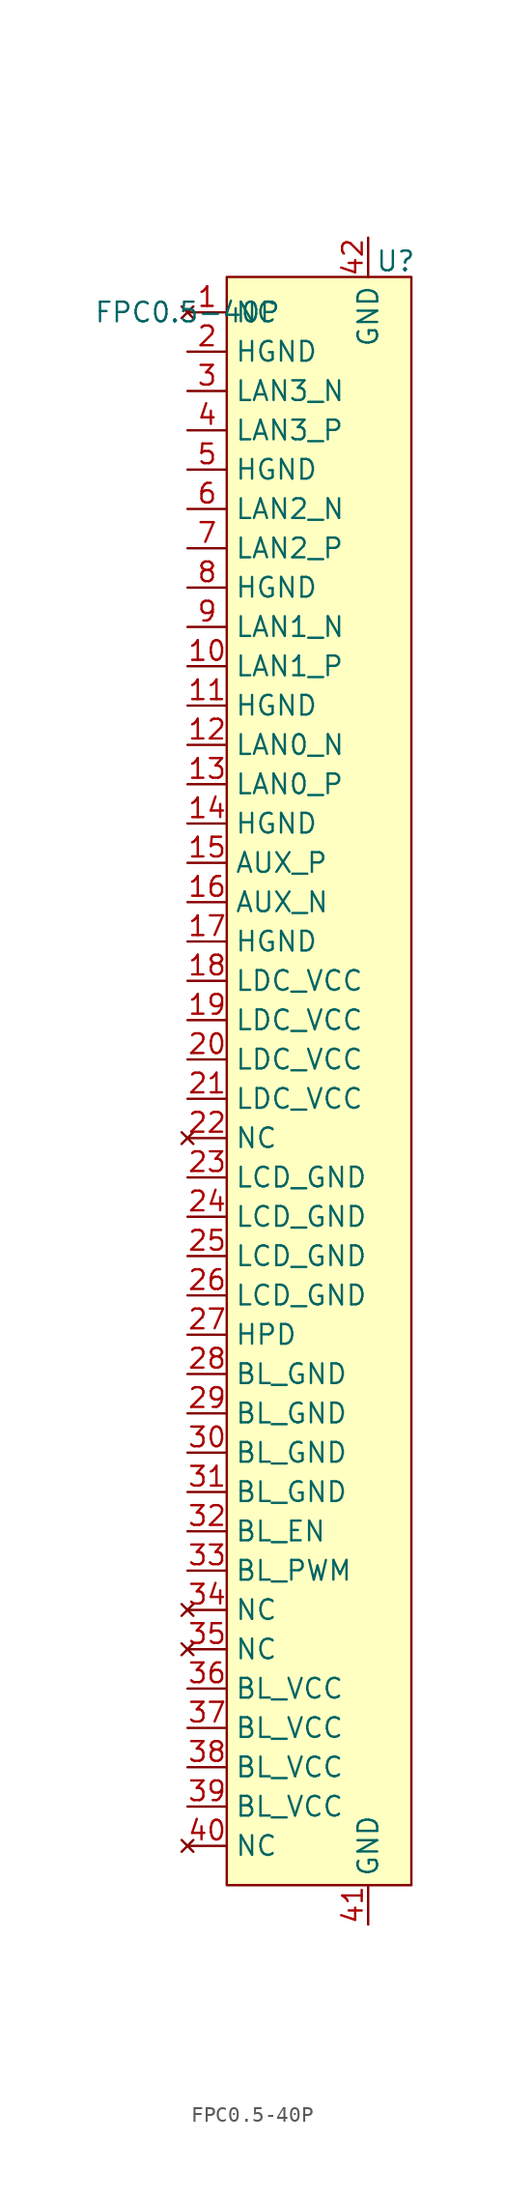
<source format=kicad_sym>
(kicad_symbol_lib
  (version 20220914)
  (generator kicad_symbol_editor)
  (symbol "FPC0.5-40P"
    (property "Reference" "U"
      (at 13.462 3.302 0)
      (effects (font (size 1.27 1.27))))
    (property "Value" "FPC0.5-40P"
      (at 0 0 0)
      (effects (font (size 1.27 1.27))))
    (symbol "FPC0.5-40P_0_0"
      (pin no_connect line (at 0 0 0) (length 2.54) (name "NC" (effects (font (size 1.27 1.27)))) (number "1" (effects (font (size 1.27 1.27)))))
      (pin bidirectional line (at 0 -22.86 0) (length 2.54) (name "LAN1_P" (effects (font (size 1.27 1.27)))) (number "10" (effects (font (size 1.27 1.27)))))
      (pin power_out line (at 0 -25.4 0) (length 2.54) (name "HGND" (effects (font (size 1.27 1.27)))) (number "11" (effects (font (size 1.27 1.27)))))
      (pin bidirectional line (at 0 -27.94 0) (length 2.54) (name "LAN0_N" (effects (font (size 1.27 1.27)))) (number "12" (effects (font (size 1.27 1.27)))))
      (pin bidirectional line (at 0 -30.48 0) (length 2.54) (name "LAN0_P" (effects (font (size 1.27 1.27)))) (number "13" (effects (font (size 1.27 1.27)))))
      (pin power_out line (at 0 -33.02 0) (length 2.54) (name "HGND" (effects (font (size 1.27 1.27)))) (number "14" (effects (font (size 1.27 1.27)))))
      (pin bidirectional line (at 0 -35.56 0) (length 2.54) (name "AUX_P" (effects (font (size 1.27 1.27)))) (number "15" (effects (font (size 1.27 1.27)))))
      (pin bidirectional line (at 0 -38.1 0) (length 2.54) (name "AUX_N" (effects (font (size 1.27 1.27)))) (number "16" (effects (font (size 1.27 1.27)))))
      (pin power_out line (at 0 -40.64 0) (length 2.54) (name "HGND" (effects (font (size 1.27 1.27)))) (number "17" (effects (font (size 1.27 1.27)))))
      (pin power_in line (at 0 -43.18 0) (length 2.54) (name "LDC_VCC" (effects (font (size 1.27 1.27)))) (number "18" (effects (font (size 1.27 1.27)))))
      (pin power_in line (at 0 -45.72 0) (length 2.54) (name "LDC_VCC" (effects (font (size 1.27 1.27)))) (number "19" (effects (font (size 1.27 1.27)))))
      (pin power_out line (at 0 -2.54 0) (length 2.54) (name "HGND" (effects (font (size 1.27 1.27)))) (number "2" (effects (font (size 1.27 1.27)))))
      (pin power_in line (at 0 -48.26 0) (length 2.54) (name "LDC_VCC" (effects (font (size 1.27 1.27)))) (number "20" (effects (font (size 1.27 1.27)))))
      (pin power_in line (at 0 -50.8 0) (length 2.54) (name "LDC_VCC" (effects (font (size 1.27 1.27)))) (number "21" (effects (font (size 1.27 1.27)))))
      (pin no_connect line (at 0 -53.34 0) (length 2.54) (name "NC" (effects (font (size 1.27 1.27)))) (number "22" (effects (font (size 1.27 1.27)))))
      (pin power_in line (at 0 -55.88 0) (length 2.54) (name "LCD_GND" (effects (font (size 1.27 1.27)))) (number "23" (effects (font (size 1.27 1.27)))))
      (pin power_in line (at 0 -58.42 0) (length 2.54) (name "LCD_GND" (effects (font (size 1.27 1.27)))) (number "24" (effects (font (size 1.27 1.27)))))
      (pin power_in line (at 0 -60.96 0) (length 2.54) (name "LCD_GND" (effects (font (size 1.27 1.27)))) (number "25" (effects (font (size 1.27 1.27)))))
      (pin power_in line (at 0 -63.5 0) (length 2.54) (name "LCD_GND" (effects (font (size 1.27 1.27)))) (number "26" (effects (font (size 1.27 1.27)))))
      (pin bidirectional line (at 0 -66.04 0) (length 2.54) (name "HPD" (effects (font (size 1.27 1.27)))) (number "27" (effects (font (size 1.27 1.27)))))
      (pin power_out line (at 0 -68.58 0) (length 2.54) (name "BL_GND" (effects (font (size 1.27 1.27)))) (number "28" (effects (font (size 1.27 1.27)))))
      (pin power_out line (at 0 -71.12 0) (length 2.54) (name "BL_GND" (effects (font (size 1.27 1.27)))) (number "29" (effects (font (size 1.27 1.27)))))
      (pin bidirectional line (at 0 -5.08 0) (length 2.54) (name "LAN3_N" (effects (font (size 1.27 1.27)))) (number "3" (effects (font (size 1.27 1.27)))))
      (pin power_out line (at 0 -73.66 0) (length 2.54) (name "BL_GND" (effects (font (size 1.27 1.27)))) (number "30" (effects (font (size 1.27 1.27)))))
      (pin power_out line (at 0 -76.2 0) (length 2.54) (name "BL_GND" (effects (font (size 1.27 1.27)))) (number "31" (effects (font (size 1.27 1.27)))))
      (pin power_out line (at 0 -78.74 0) (length 2.54) (name "BL_EN" (effects (font (size 1.27 1.27)))) (number "32" (effects (font (size 1.27 1.27)))))
      (pin output line (at 0 -81.28 0) (length 2.54) (name "BL_PWM" (effects (font (size 1.27 1.27)))) (number "33" (effects (font (size 1.27 1.27)))))
      (pin no_connect line (at 0 -83.82 0) (length 2.54) (name "NC" (effects (font (size 1.27 1.27)))) (number "34" (effects (font (size 1.27 1.27)))))
      (pin no_connect line (at 0 -86.36 0) (length 2.54) (name "NC" (effects (font (size 1.27 1.27)))) (number "35" (effects (font (size 1.27 1.27)))))
      (pin power_in line (at 0 -88.9 0) (length 2.54) (name "BL_VCC" (effects (font (size 1.27 1.27)))) (number "36" (effects (font (size 1.27 1.27)))))
      (pin power_in line (at 0 -91.44 0) (length 2.54) (name "BL_VCC" (effects (font (size 1.27 1.27)))) (number "37" (effects (font (size 1.27 1.27)))))
      (pin power_in line (at 0 -93.98 0) (length 2.54) (name "BL_VCC" (effects (font (size 1.27 1.27)))) (number "38" (effects (font (size 1.27 1.27)))))
      (pin power_in line (at 0 -96.52 0) (length 2.54) (name "BL_VCC" (effects (font (size 1.27 1.27)))) (number "39" (effects (font (size 1.27 1.27)))))
      (pin bidirectional line (at 0 -7.62 0) (length 2.54) (name "LAN3_P" (effects (font (size 1.27 1.27)))) (number "4" (effects (font (size 1.27 1.27)))))
      (pin no_connect line (at 0 -99.06 0) (length 2.54) (name "NC" (effects (font (size 1.27 1.27)))) (number "40" (effects (font (size 1.27 1.27)))))
      (pin power_out line (at 11.684 -104.14 90) (length 2.54) (name "GND" (effects (font (size 1.27 1.27)))) (number "41" (effects (font (size 1.27 1.27)))))
      (pin power_out line (at 11.684 4.826 270) (length 2.54) (name "GND" (effects (font (size 1.27 1.27)))) (number "42" (effects (font (size 1.27 1.27)))))
      (pin power_out line (at 0 -10.16 0) (length 2.54) (name "HGND" (effects (font (size 1.27 1.27)))) (number "5" (effects (font (size 1.27 1.27)))))
      (pin bidirectional line (at 0 -12.7 0) (length 2.54) (name "LAN2_N" (effects (font (size 1.27 1.27)))) (number "6" (effects (font (size 1.27 1.27)))))
      (pin bidirectional line (at 0 -15.24 0) (length 2.54) (name "LAN2_P" (effects (font (size 1.27 1.27)))) (number "7" (effects (font (size 1.27 1.27)))))
      (pin power_out line (at 0 -17.78 0) (length 2.54) (name "HGND" (effects (font (size 1.27 1.27)))) (number "8" (effects (font (size 1.27 1.27)))))
      (pin bidirectional line (at 0 -20.32 0) (length 2.54) (name "LAN1_N" (effects (font (size 1.27 1.27)))) (number "9" (effects (font (size 1.27 1.27))))))
    (symbol "FPC0.5-40P_0_1"
      (rectangle (start 2.54 2.286) (end 14.478 -101.6) (stroke (width 0) (type default)) (fill (type background))))))
</source>
